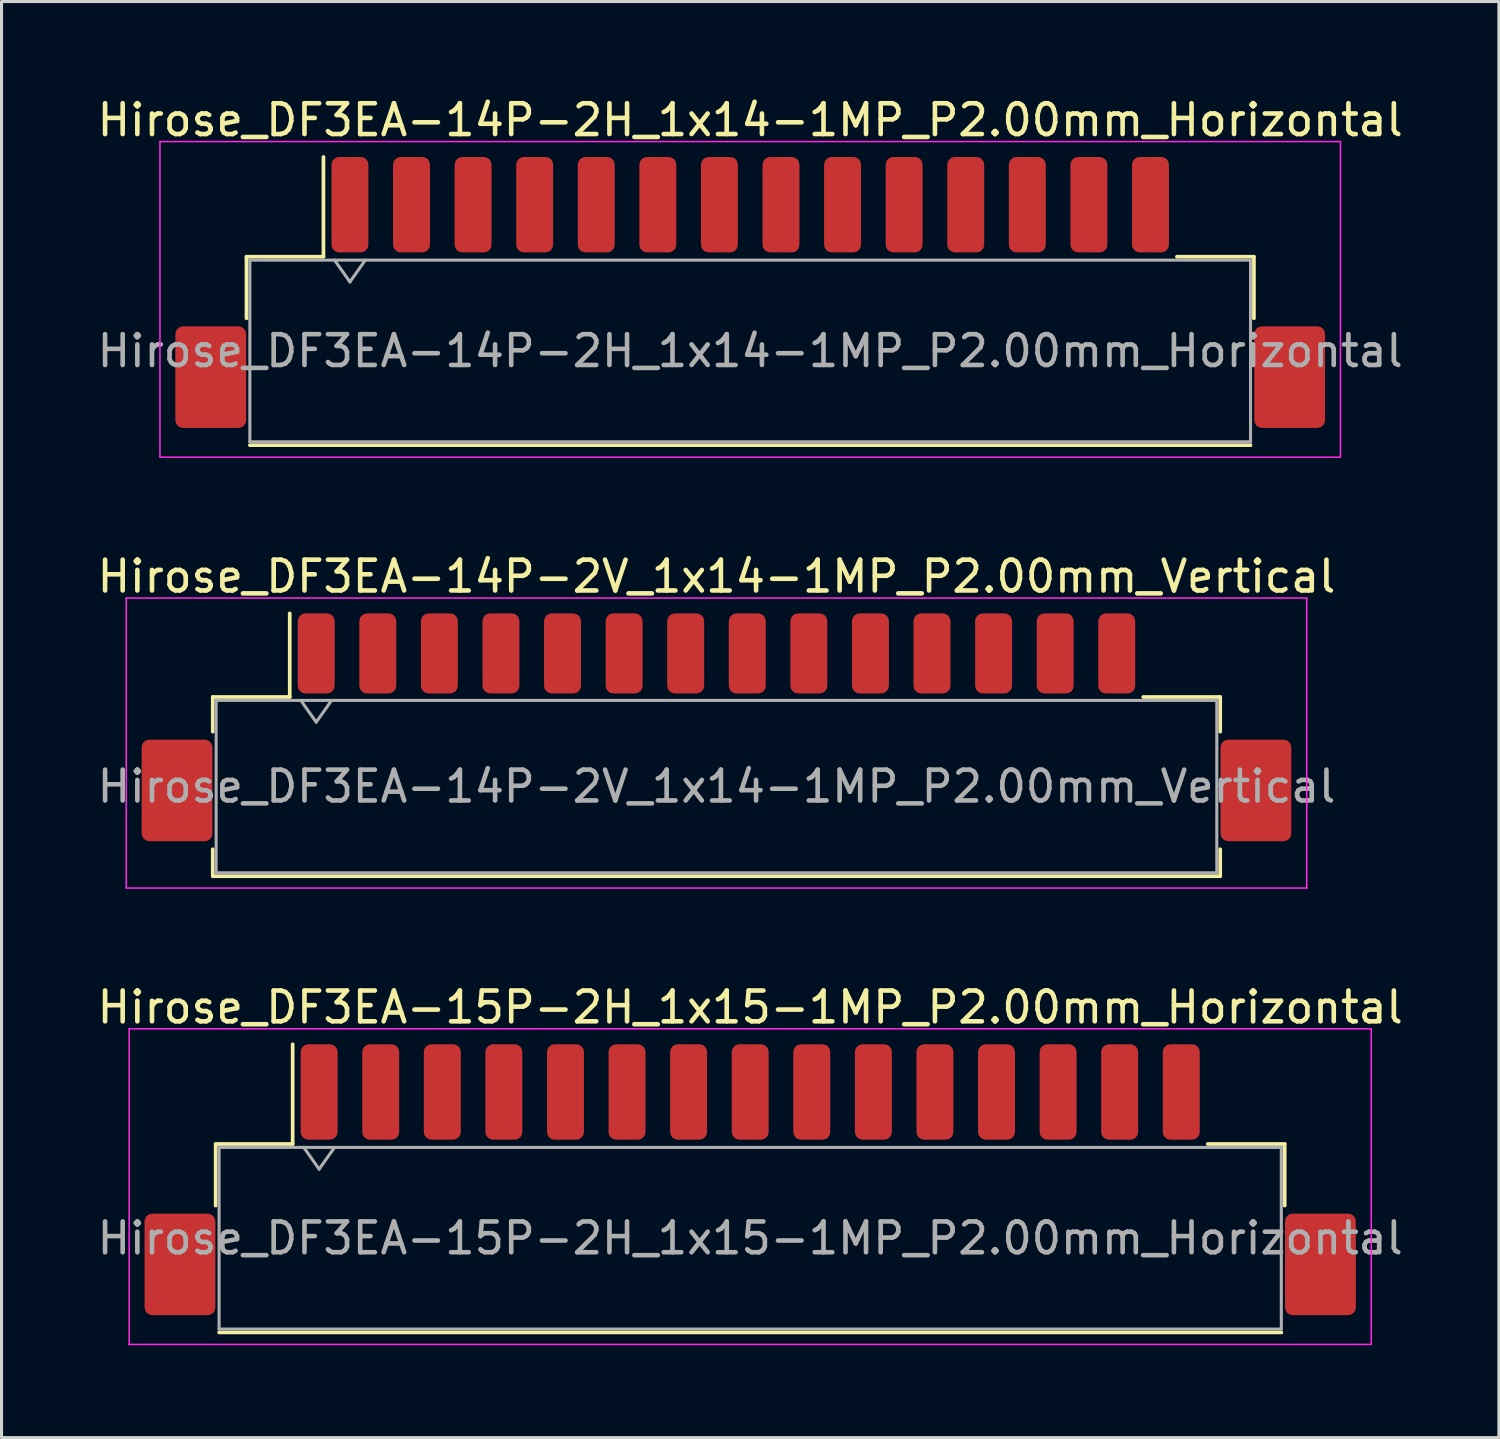
<source format=kicad_pcb>
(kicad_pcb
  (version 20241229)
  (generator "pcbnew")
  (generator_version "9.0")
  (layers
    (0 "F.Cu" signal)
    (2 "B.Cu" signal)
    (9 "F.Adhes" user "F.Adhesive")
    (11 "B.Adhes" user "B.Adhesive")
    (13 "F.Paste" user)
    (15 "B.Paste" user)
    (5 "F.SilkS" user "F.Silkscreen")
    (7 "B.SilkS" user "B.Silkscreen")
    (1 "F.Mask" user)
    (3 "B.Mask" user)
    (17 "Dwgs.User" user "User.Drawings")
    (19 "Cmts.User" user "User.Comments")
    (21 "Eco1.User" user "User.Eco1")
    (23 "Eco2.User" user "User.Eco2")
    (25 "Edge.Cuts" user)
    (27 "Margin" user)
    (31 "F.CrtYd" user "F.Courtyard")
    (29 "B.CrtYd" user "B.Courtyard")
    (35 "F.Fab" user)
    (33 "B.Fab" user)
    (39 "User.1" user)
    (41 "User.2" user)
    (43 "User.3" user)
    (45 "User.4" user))
  (footprint "Hirose_DF3EA-14P-2H_1x14-1MP_P2.00mm_Horizontal"
    (layer "F.Cu")
    (at 21.315 6.448)
    (property "Reference" "Hirose_DF3EA-14P-2H_1x14-1MP_P2.00mm_Horizontal" (at 0 -5.6 0) (layer "F.SilkS") (effects (font (size 1 1) (thickness 0.15))))
    (attr smd)
    (fp_line (start -16.36 -1.16) (end -13.86 -1.16) (stroke (width 0.12) (type solid)) (layer "F.SilkS"))
    (fp_line (start -16.36 0.84) (end -16.36 -1.16) (stroke (width 0.12) (type solid)) (layer "F.SilkS"))
    (fp_line (start -16.25 4.96) (end 16.25 4.96) (stroke (width 0.12) (type solid)) (layer "F.SilkS"))
    (fp_line (start -13.86 -1.16) (end -13.86 -4.4) (stroke (width 0.12) (type solid)) (layer "F.SilkS"))
    (fp_line (start 16.36 -1.16) (end 13.86 -1.16) (stroke (width 0.12) (type solid)) (layer "F.SilkS"))
    (fp_line (start 16.36 0.84) (end 16.36 -1.16) (stroke (width 0.12) (type solid)) (layer "F.SilkS"))
    (fp_line (start -19.17 -4.9) (end -19.17 5.35) (stroke (width 0.05) (type solid)) (layer "F.CrtYd"))
    (fp_line (start -19.17 5.35) (end 19.17 5.35) (stroke (width 0.05) (type solid)) (layer "F.CrtYd"))
    (fp_line (start 19.17 -4.9) (end -19.17 -4.9) (stroke (width 0.05) (type solid)) (layer "F.CrtYd"))
    (fp_line (start 19.17 5.35) (end 19.17 -4.9) (stroke (width 0.05) (type solid)) (layer "F.CrtYd"))
    (fp_line (start -16.25 -1.05) (end -16.25 4.85) (stroke (width 0.1) (type solid)) (layer "F.Fab"))
    (fp_line (start -16.25 -1.05) (end 16.25 -1.05) (stroke (width 0.1) (type solid)) (layer "F.Fab"))
    (fp_line (start -16.25 4.85) (end 16.25 4.85) (stroke (width 0.1) (type solid)) (layer "F.Fab"))
    (fp_line (start -13.5 -1.05) (end -13 -0.343) (stroke (width 0.1) (type solid)) (layer "F.Fab"))
    (fp_line (start -13 -0.343) (end -12.5 -1.05) (stroke (width 0.1) (type solid)) (layer "F.Fab"))
    (fp_line (start 16.25 -1.05) (end 16.25 4.85) (stroke (width 0.1) (type solid)) (layer "F.Fab"))
    (fp_text user "${REFERENCE}" (at 0 1.9 0) (layer "F.Fab") (effects (font (size 1 1) (thickness 0.15))))
    (pad "1" smd roundrect (at -13 -2.85) (size 1.2 3.1) (layers "F.Cu" "F.Mask" "F.Paste") (roundrect_rratio 0.208))
    (pad "2" smd roundrect (at -11 -2.85) (size 1.2 3.1) (layers "F.Cu" "F.Mask" "F.Paste") (roundrect_rratio 0.208))
    (pad "3" smd roundrect (at -9 -2.85) (size 1.2 3.1) (layers "F.Cu" "F.Mask" "F.Paste") (roundrect_rratio 0.208))
    (pad "4" smd roundrect (at -7 -2.85) (size 1.2 3.1) (layers "F.Cu" "F.Mask" "F.Paste") (roundrect_rratio 0.208))
    (pad "5" smd roundrect (at -5 -2.85) (size 1.2 3.1) (layers "F.Cu" "F.Mask" "F.Paste") (roundrect_rratio 0.208))
    (pad "6" smd roundrect (at -3 -2.85) (size 1.2 3.1) (layers "F.Cu" "F.Mask" "F.Paste") (roundrect_rratio 0.208))
    (pad "7" smd roundrect (at -1 -2.85) (size 1.2 3.1) (layers "F.Cu" "F.Mask" "F.Paste") (roundrect_rratio 0.208))
    (pad "8" smd roundrect (at 1 -2.85) (size 1.2 3.1) (layers "F.Cu" "F.Mask" "F.Paste") (roundrect_rratio 0.208))
    (pad "9" smd roundrect (at 3 -2.85) (size 1.2 3.1) (layers "F.Cu" "F.Mask" "F.Paste") (roundrect_rratio 0.208))
    (pad "10" smd roundrect (at 5 -2.85) (size 1.2 3.1) (layers "F.Cu" "F.Mask" "F.Paste") (roundrect_rratio 0.208))
    (pad "11" smd roundrect (at 7 -2.85) (size 1.2 3.1) (layers "F.Cu" "F.Mask" "F.Paste") (roundrect_rratio 0.208))
    (pad "12" smd roundrect (at 9 -2.85) (size 1.2 3.1) (layers "F.Cu" "F.Mask" "F.Paste") (roundrect_rratio 0.208))
    (pad "13" smd roundrect (at 11 -2.85) (size 1.2 3.1) (layers "F.Cu" "F.Mask" "F.Paste") (roundrect_rratio 0.208))
    (pad "14" smd roundrect (at 13 -2.85) (size 1.2 3.1) (layers "F.Cu" "F.Mask" "F.Paste") (roundrect_rratio 0.208))
    (pad "MP" smd roundrect (at -17.52 2.75) (size 2.3 3.3) (layers "F.Cu" "F.Mask" "F.Paste") (roundrect_rratio 0.109))
    (pad "MP" smd roundrect (at 17.52 2.75) (size 2.3 3.3) (layers "F.Cu" "F.Mask" "F.Paste") (roundrect_rratio 0.109)))
  (footprint "Hirose_DF3EA-15P-2H_1x15-1MP_P2.00mm_Horizontal"
    (layer "F.Cu")
    (at 21.315 35.265)
    (property "Reference" "Hirose_DF3EA-15P-2H_1x15-1MP_P2.00mm_Horizontal" (at 0 -5.6 0) (layer "F.SilkS") (effects (font (size 1 1) (thickness 0.15))))
    (attr smd)
    (fp_line (start -17.36 -1.16) (end -14.86 -1.16) (stroke (width 0.12) (type solid)) (layer "F.SilkS"))
    (fp_line (start -17.36 0.84) (end -17.36 -1.16) (stroke (width 0.12) (type solid)) (layer "F.SilkS"))
    (fp_line (start -17.25 4.96) (end 17.25 4.96) (stroke (width 0.12) (type solid)) (layer "F.SilkS"))
    (fp_line (start -14.86 -1.16) (end -14.86 -4.4) (stroke (width 0.12) (type solid)) (layer "F.SilkS"))
    (fp_line (start 17.36 -1.16) (end 14.86 -1.16) (stroke (width 0.12) (type solid)) (layer "F.SilkS"))
    (fp_line (start 17.36 0.84) (end 17.36 -1.16) (stroke (width 0.12) (type solid)) (layer "F.SilkS"))
    (fp_line (start -20.17 -4.9) (end -20.17 5.35) (stroke (width 0.05) (type solid)) (layer "F.CrtYd"))
    (fp_line (start -20.17 5.35) (end 20.17 5.35) (stroke (width 0.05) (type solid)) (layer "F.CrtYd"))
    (fp_line (start 20.17 -4.9) (end -20.17 -4.9) (stroke (width 0.05) (type solid)) (layer "F.CrtYd"))
    (fp_line (start 20.17 5.35) (end 20.17 -4.9) (stroke (width 0.05) (type solid)) (layer "F.CrtYd"))
    (fp_line (start -17.25 -1.05) (end -17.25 4.85) (stroke (width 0.1) (type solid)) (layer "F.Fab"))
    (fp_line (start -17.25 -1.05) (end 17.25 -1.05) (stroke (width 0.1) (type solid)) (layer "F.Fab"))
    (fp_line (start -17.25 4.85) (end 17.25 4.85) (stroke (width 0.1) (type solid)) (layer "F.Fab"))
    (fp_line (start -14.5 -1.05) (end -14 -0.343) (stroke (width 0.1) (type solid)) (layer "F.Fab"))
    (fp_line (start -14 -0.343) (end -13.5 -1.05) (stroke (width 0.1) (type solid)) (layer "F.Fab"))
    (fp_line (start 17.25 -1.05) (end 17.25 4.85) (stroke (width 0.1) (type solid)) (layer "F.Fab"))
    (fp_text user "${REFERENCE}" (at 0 1.9 0) (layer "F.Fab") (effects (font (size 1 1) (thickness 0.15))))
    (pad "1" smd roundrect (at -14 -2.85) (size 1.2 3.1) (layers "F.Cu" "F.Mask" "F.Paste") (roundrect_rratio 0.208))
    (pad "2" smd roundrect (at -12 -2.85) (size 1.2 3.1) (layers "F.Cu" "F.Mask" "F.Paste") (roundrect_rratio 0.208))
    (pad "3" smd roundrect (at -10 -2.85) (size 1.2 3.1) (layers "F.Cu" "F.Mask" "F.Paste") (roundrect_rratio 0.208))
    (pad "4" smd roundrect (at -8 -2.85) (size 1.2 3.1) (layers "F.Cu" "F.Mask" "F.Paste") (roundrect_rratio 0.208))
    (pad "5" smd roundrect (at -6 -2.85) (size 1.2 3.1) (layers "F.Cu" "F.Mask" "F.Paste") (roundrect_rratio 0.208))
    (pad "6" smd roundrect (at -4 -2.85) (size 1.2 3.1) (layers "F.Cu" "F.Mask" "F.Paste") (roundrect_rratio 0.208))
    (pad "7" smd roundrect (at -2 -2.85) (size 1.2 3.1) (layers "F.Cu" "F.Mask" "F.Paste") (roundrect_rratio 0.208))
    (pad "8" smd roundrect (at 0 -2.85) (size 1.2 3.1) (layers "F.Cu" "F.Mask" "F.Paste") (roundrect_rratio 0.208))
    (pad "9" smd roundrect (at 2 -2.85) (size 1.2 3.1) (layers "F.Cu" "F.Mask" "F.Paste") (roundrect_rratio 0.208))
    (pad "10" smd roundrect (at 4 -2.85) (size 1.2 3.1) (layers "F.Cu" "F.Mask" "F.Paste") (roundrect_rratio 0.208))
    (pad "11" smd roundrect (at 6 -2.85) (size 1.2 3.1) (layers "F.Cu" "F.Mask" "F.Paste") (roundrect_rratio 0.208))
    (pad "12" smd roundrect (at 8 -2.85) (size 1.2 3.1) (layers "F.Cu" "F.Mask" "F.Paste") (roundrect_rratio 0.208))
    (pad "13" smd roundrect (at 10 -2.85) (size 1.2 3.1) (layers "F.Cu" "F.Mask" "F.Paste") (roundrect_rratio 0.208))
    (pad "14" smd roundrect (at 12 -2.85) (size 1.2 3.1) (layers "F.Cu" "F.Mask" "F.Paste") (roundrect_rratio 0.208))
    (pad "15" smd roundrect (at 14 -2.85) (size 1.2 3.1) (layers "F.Cu" "F.Mask" "F.Paste") (roundrect_rratio 0.208))
    (pad "MP" smd roundrect (at -18.52 2.75) (size 2.3 3.3) (layers "F.Cu" "F.Mask" "F.Paste") (roundrect_rratio 0.109))
    (pad "MP" smd roundrect (at 18.52 2.75) (size 2.3 3.3) (layers "F.Cu" "F.Mask" "F.Paste") (roundrect_rratio 0.109)))
  (footprint "Hirose_DF3EA-14P-2V_1x14-1MP_P2.00mm_Vertical"
    (layer "F.Cu")
    (at 20.22 20.572)
    (property "Reference" "Hirose_DF3EA-14P-2V_1x14-1MP_P2.00mm_Vertical" (at 0 -4.9 0) (layer "F.SilkS") (effects (font (size 1 1) (thickness 0.15))))
    (attr smd)
    (fp_line (start -16.36 -0.985) (end -13.86 -0.985) (stroke (width 0.12) (type solid)) (layer "F.SilkS"))
    (fp_line (start -16.36 0.14) (end -16.36 -0.985) (stroke (width 0.12) (type solid)) (layer "F.SilkS"))
    (fp_line (start -16.36 3.96) (end -16.36 4.835) (stroke (width 0.12) (type solid)) (layer "F.SilkS"))
    (fp_line (start -16.36 4.835) (end 16.36 4.835) (stroke (width 0.12) (type solid)) (layer "F.SilkS"))
    (fp_line (start -13.86 -0.985) (end -13.86 -3.7) (stroke (width 0.12) (type solid)) (layer "F.SilkS"))
    (fp_line (start 16.36 -0.985) (end 13.86 -0.985) (stroke (width 0.12) (type solid)) (layer "F.SilkS"))
    (fp_line (start 16.36 0.14) (end 16.36 -0.985) (stroke (width 0.12) (type solid)) (layer "F.SilkS"))
    (fp_line (start 16.36 4.835) (end 16.36 3.96) (stroke (width 0.12) (type solid)) (layer "F.SilkS"))
    (fp_line (start -19.17 -4.2) (end -19.17 5.22) (stroke (width 0.05) (type solid)) (layer "F.CrtYd"))
    (fp_line (start -19.17 5.22) (end 19.17 5.22) (stroke (width 0.05) (type solid)) (layer "F.CrtYd"))
    (fp_line (start 19.17 -4.2) (end -19.17 -4.2) (stroke (width 0.05) (type solid)) (layer "F.CrtYd"))
    (fp_line (start 19.17 5.22) (end 19.17 -4.2) (stroke (width 0.05) (type solid)) (layer "F.CrtYd"))
    (fp_line (start -16.25 -0.875) (end -16.25 4.725) (stroke (width 0.1) (type solid)) (layer "F.Fab"))
    (fp_line (start -16.25 -0.875) (end 16.25 -0.875) (stroke (width 0.1) (type solid)) (layer "F.Fab"))
    (fp_line (start -16.25 4.725) (end 16.25 4.725) (stroke (width 0.1) (type solid)) (layer "F.Fab"))
    (fp_line (start -13.5 -0.875) (end -13 -0.168) (stroke (width 0.1) (type solid)) (layer "F.Fab"))
    (fp_line (start -13 -0.168) (end -12.5 -0.875) (stroke (width 0.1) (type solid)) (layer "F.Fab"))
    (fp_line (start 16.25 -0.875) (end 16.25 4.725) (stroke (width 0.1) (type solid)) (layer "F.Fab"))
    (fp_text user "${REFERENCE}" (at 0 1.92 0) (layer "F.Fab") (effects (font (size 1 1) (thickness 0.15))))
    (pad "1" smd roundrect (at -13 -2.4) (size 1.2 2.6) (layers "F.Cu" "F.Mask" "F.Paste") (roundrect_rratio 0.208))
    (pad "2" smd roundrect (at -11 -2.4) (size 1.2 2.6) (layers "F.Cu" "F.Mask" "F.Paste") (roundrect_rratio 0.208))
    (pad "3" smd roundrect (at -9 -2.4) (size 1.2 2.6) (layers "F.Cu" "F.Mask" "F.Paste") (roundrect_rratio 0.208))
    (pad "4" smd roundrect (at -7 -2.4) (size 1.2 2.6) (layers "F.Cu" "F.Mask" "F.Paste") (roundrect_rratio 0.208))
    (pad "5" smd roundrect (at -5 -2.4) (size 1.2 2.6) (layers "F.Cu" "F.Mask" "F.Paste") (roundrect_rratio 0.208))
    (pad "6" smd roundrect (at -3 -2.4) (size 1.2 2.6) (layers "F.Cu" "F.Mask" "F.Paste") (roundrect_rratio 0.208))
    (pad "7" smd roundrect (at -1 -2.4) (size 1.2 2.6) (layers "F.Cu" "F.Mask" "F.Paste") (roundrect_rratio 0.208))
    (pad "8" smd roundrect (at 1 -2.4) (size 1.2 2.6) (layers "F.Cu" "F.Mask" "F.Paste") (roundrect_rratio 0.208))
    (pad "9" smd roundrect (at 3 -2.4) (size 1.2 2.6) (layers "F.Cu" "F.Mask" "F.Paste") (roundrect_rratio 0.208))
    (pad "10" smd roundrect (at 5 -2.4) (size 1.2 2.6) (layers "F.Cu" "F.Mask" "F.Paste") (roundrect_rratio 0.208))
    (pad "11" smd roundrect (at 7 -2.4) (size 1.2 2.6) (layers "F.Cu" "F.Mask" "F.Paste") (roundrect_rratio 0.208))
    (pad "12" smd roundrect (at 9 -2.4) (size 1.2 2.6) (layers "F.Cu" "F.Mask" "F.Paste") (roundrect_rratio 0.208))
    (pad "13" smd roundrect (at 11 -2.4) (size 1.2 2.6) (layers "F.Cu" "F.Mask" "F.Paste") (roundrect_rratio 0.208))
    (pad "14" smd roundrect (at 13 -2.4) (size 1.2 2.6) (layers "F.Cu" "F.Mask" "F.Paste") (roundrect_rratio 0.208))
    (pad "MP" smd roundrect (at -17.52 2.05) (size 2.3 3.3) (layers "F.Cu" "F.Mask" "F.Paste") (roundrect_rratio 0.109))
    (pad "MP" smd roundrect (at 17.52 2.05) (size 2.3 3.3) (layers "F.Cu" "F.Mask" "F.Paste") (roundrect_rratio 0.109)))
  (gr_rect
    (start -3 -3)
    (end 45.631 43.64)
    (stroke (width 0.1) (type default))
    (fill no)
    (layer "Edge.Cuts")))
</source>
